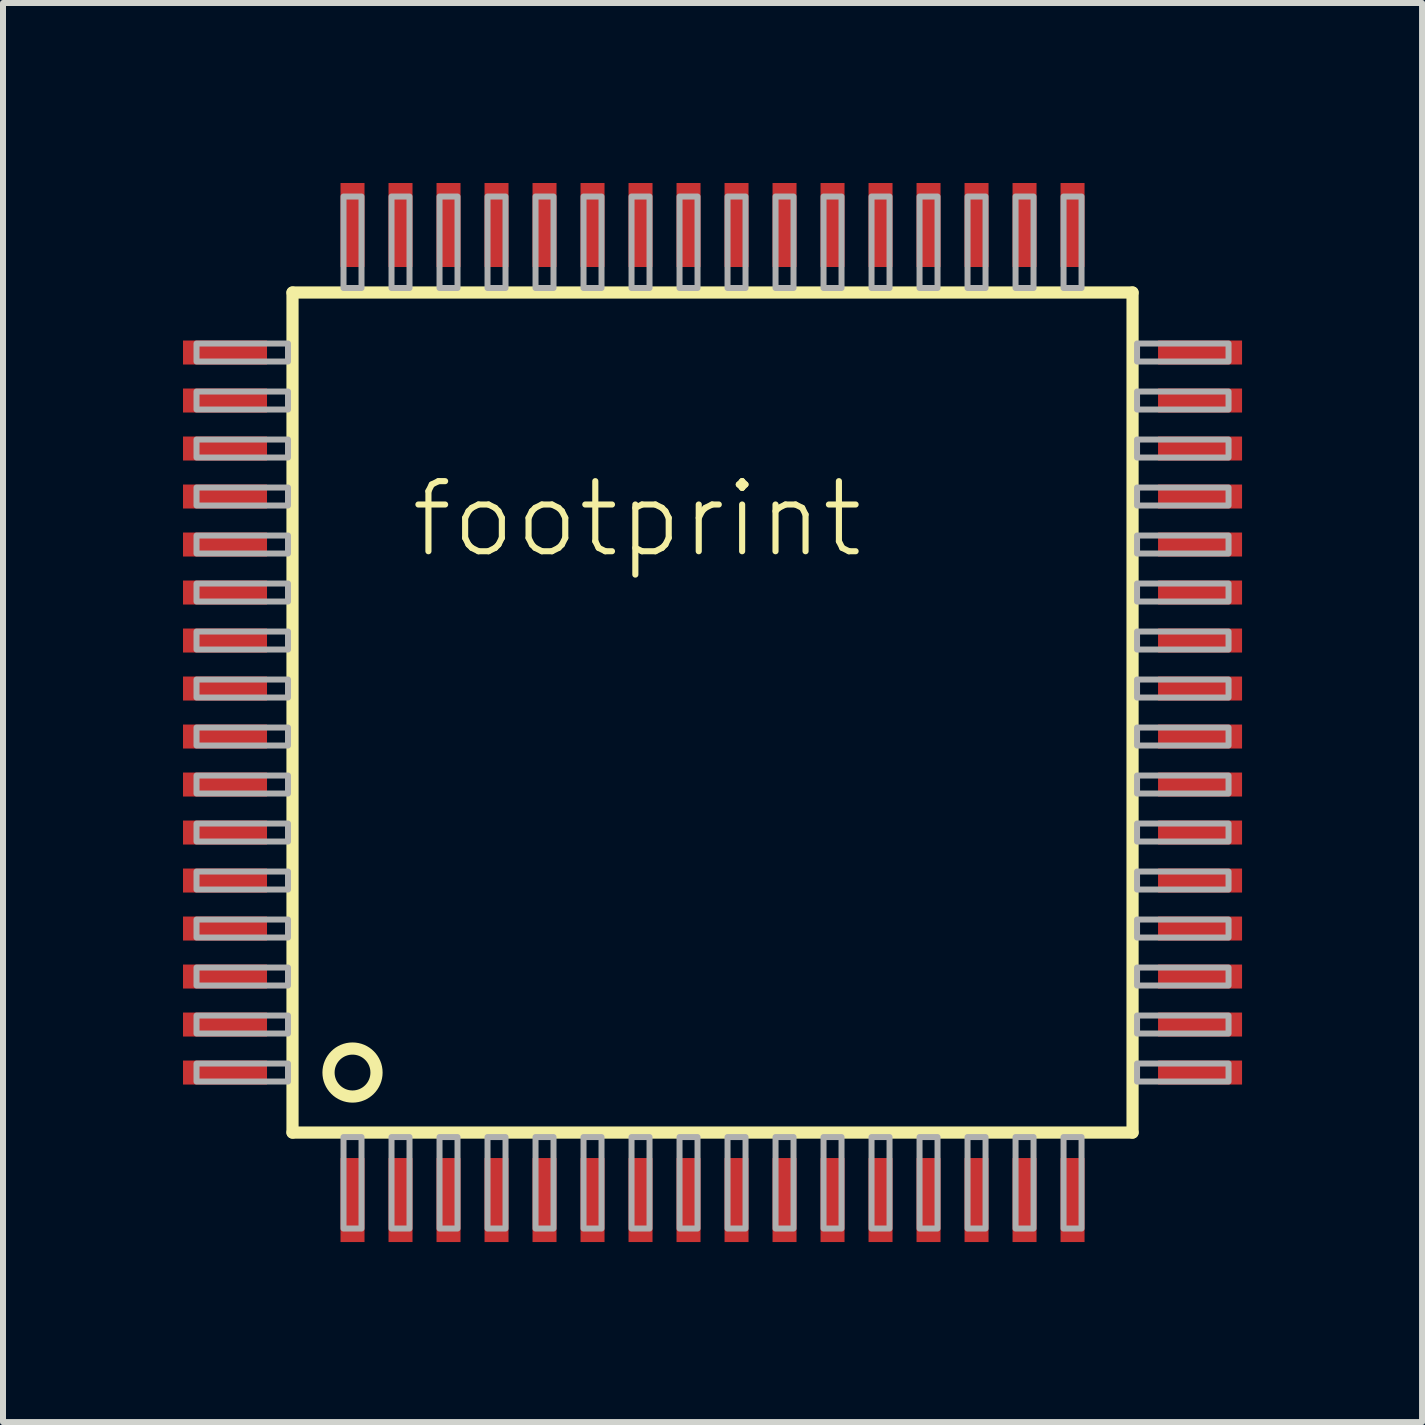
<source format=kicad_pcb>
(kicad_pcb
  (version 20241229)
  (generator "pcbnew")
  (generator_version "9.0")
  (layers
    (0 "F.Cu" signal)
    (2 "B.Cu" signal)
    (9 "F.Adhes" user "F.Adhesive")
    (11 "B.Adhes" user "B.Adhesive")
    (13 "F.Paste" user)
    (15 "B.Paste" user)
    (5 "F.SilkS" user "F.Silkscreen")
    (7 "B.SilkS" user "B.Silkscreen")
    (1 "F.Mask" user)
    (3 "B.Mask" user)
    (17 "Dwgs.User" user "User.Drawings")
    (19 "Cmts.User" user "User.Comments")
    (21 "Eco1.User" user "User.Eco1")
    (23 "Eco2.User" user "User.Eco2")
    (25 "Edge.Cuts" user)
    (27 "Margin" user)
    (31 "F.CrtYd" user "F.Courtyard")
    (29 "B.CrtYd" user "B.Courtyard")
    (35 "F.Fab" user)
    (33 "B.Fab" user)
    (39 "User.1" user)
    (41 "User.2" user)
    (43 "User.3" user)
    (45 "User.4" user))
  (footprint "footprint"
    (layer "F.Cu")
    (at 8.825 8.825)
    (property "Reference" "footprint" (at -5.08 -2.54 0) (layer "F.SilkS") (effects (font (size 1.168 1.168) (thickness 0.102)) (justify left bottom)))
    (fp_line (start -7 -7) (end 7 -7) (stroke (width 0.203) (type solid)) (layer "F.SilkS"))
    (fp_line (start -7 7) (end -7 -7) (stroke (width 0.203) (type solid)) (layer "F.SilkS"))
    (fp_line (start 7 -7) (end 7 7) (stroke (width 0.203) (type solid)) (layer "F.SilkS"))
    (fp_line (start 7 7) (end -7 7) (stroke (width 0.203) (type solid)) (layer "F.SilkS"))
    (fp_circle (center -6 6) (end -5.6 6) (stroke (width 0.203) (type solid)) (fill no) (layer "F.SilkS"))
    (fp_poly (pts (xy -8.6 -5.85) (xy -7.075 -5.85) (xy -7.075 -6.15) (xy -8.6 -6.15)) (stroke (width 0.1) (type solid)) (fill no) (layer "F.Fab"))
    (fp_poly (pts (xy -8.6 -5.05) (xy -7.075 -5.05) (xy -7.075 -5.35) (xy -8.6 -5.35)) (stroke (width 0.1) (type solid)) (fill no) (layer "F.Fab"))
    (fp_poly (pts (xy -8.6 -4.25) (xy -7.075 -4.25) (xy -7.075 -4.55) (xy -8.6 -4.55)) (stroke (width 0.1) (type solid)) (fill no) (layer "F.Fab"))
    (fp_poly (pts (xy -8.6 -3.45) (xy -7.075 -3.45) (xy -7.075 -3.75) (xy -8.6 -3.75)) (stroke (width 0.1) (type solid)) (fill no) (layer "F.Fab"))
    (fp_poly (pts (xy -8.6 -2.65) (xy -7.075 -2.65) (xy -7.075 -2.95) (xy -8.6 -2.95)) (stroke (width 0.1) (type solid)) (fill no) (layer "F.Fab"))
    (fp_poly (pts (xy -8.6 -1.85) (xy -7.075 -1.85) (xy -7.075 -2.15) (xy -8.6 -2.15)) (stroke (width 0.1) (type solid)) (fill no) (layer "F.Fab"))
    (fp_poly (pts (xy -8.6 -1.05) (xy -7.075 -1.05) (xy -7.075 -1.35) (xy -8.6 -1.35)) (stroke (width 0.1) (type solid)) (fill no) (layer "F.Fab"))
    (fp_poly (pts (xy -8.6 -0.25) (xy -7.075 -0.25) (xy -7.075 -0.55) (xy -8.6 -0.55)) (stroke (width 0.1) (type solid)) (fill no) (layer "F.Fab"))
    (fp_poly (pts (xy -8.6 0.55) (xy -7.075 0.55) (xy -7.075 0.25) (xy -8.6 0.25)) (stroke (width 0.1) (type solid)) (fill no) (layer "F.Fab"))
    (fp_poly (pts (xy -8.6 1.35) (xy -7.075 1.35) (xy -7.075 1.05) (xy -8.6 1.05)) (stroke (width 0.1) (type solid)) (fill no) (layer "F.Fab"))
    (fp_poly (pts (xy -8.6 2.15) (xy -7.075 2.15) (xy -7.075 1.85) (xy -8.6 1.85)) (stroke (width 0.1) (type solid)) (fill no) (layer "F.Fab"))
    (fp_poly (pts (xy -8.6 2.95) (xy -7.075 2.95) (xy -7.075 2.65) (xy -8.6 2.65)) (stroke (width 0.1) (type solid)) (fill no) (layer "F.Fab"))
    (fp_poly (pts (xy -8.6 3.75) (xy -7.075 3.75) (xy -7.075 3.45) (xy -8.6 3.45)) (stroke (width 0.1) (type solid)) (fill no) (layer "F.Fab"))
    (fp_poly (pts (xy -8.6 4.55) (xy -7.075 4.55) (xy -7.075 4.25) (xy -8.6 4.25)) (stroke (width 0.1) (type solid)) (fill no) (layer "F.Fab"))
    (fp_poly (pts (xy -8.6 5.35) (xy -7.075 5.35) (xy -7.075 5.05) (xy -8.6 5.05)) (stroke (width 0.1) (type solid)) (fill no) (layer "F.Fab"))
    (fp_poly (pts (xy -8.6 6.15) (xy -7.075 6.15) (xy -7.075 5.85) (xy -8.6 5.85)) (stroke (width 0.1) (type solid)) (fill no) (layer "F.Fab"))
    (fp_poly (pts (xy -6.15 -7.075) (xy -5.85 -7.075) (xy -5.85 -8.6) (xy -6.15 -8.6)) (stroke (width 0.1) (type solid)) (fill no) (layer "F.Fab"))
    (fp_poly (pts (xy -6.15 8.6) (xy -5.85 8.6) (xy -5.85 7.075) (xy -6.15 7.075)) (stroke (width 0.1) (type solid)) (fill no) (layer "F.Fab"))
    (fp_poly (pts (xy -5.35 -7.075) (xy -5.05 -7.075) (xy -5.05 -8.6) (xy -5.35 -8.6)) (stroke (width 0.1) (type solid)) (fill no) (layer "F.Fab"))
    (fp_poly (pts (xy -5.35 8.6) (xy -5.05 8.6) (xy -5.05 7.075) (xy -5.35 7.075)) (stroke (width 0.1) (type solid)) (fill no) (layer "F.Fab"))
    (fp_poly (pts (xy -4.55 -7.075) (xy -4.25 -7.075) (xy -4.25 -8.6) (xy -4.55 -8.6)) (stroke (width 0.1) (type solid)) (fill no) (layer "F.Fab"))
    (fp_poly (pts (xy -4.55 8.6) (xy -4.25 8.6) (xy -4.25 7.075) (xy -4.55 7.075)) (stroke (width 0.1) (type solid)) (fill no) (layer "F.Fab"))
    (fp_poly (pts (xy -3.75 -7.075) (xy -3.45 -7.075) (xy -3.45 -8.6) (xy -3.75 -8.6)) (stroke (width 0.1) (type solid)) (fill no) (layer "F.Fab"))
    (fp_poly (pts (xy -3.75 8.6) (xy -3.45 8.6) (xy -3.45 7.075) (xy -3.75 7.075)) (stroke (width 0.1) (type solid)) (fill no) (layer "F.Fab"))
    (fp_poly (pts (xy -2.95 -7.075) (xy -2.65 -7.075) (xy -2.65 -8.6) (xy -2.95 -8.6)) (stroke (width 0.1) (type solid)) (fill no) (layer "F.Fab"))
    (fp_poly (pts (xy -2.95 8.6) (xy -2.65 8.6) (xy -2.65 7.075) (xy -2.95 7.075)) (stroke (width 0.1) (type solid)) (fill no) (layer "F.Fab"))
    (fp_poly (pts (xy -2.15 -7.075) (xy -1.85 -7.075) (xy -1.85 -8.6) (xy -2.15 -8.6)) (stroke (width 0.1) (type solid)) (fill no) (layer "F.Fab"))
    (fp_poly (pts (xy -2.15 8.6) (xy -1.85 8.6) (xy -1.85 7.075) (xy -2.15 7.075)) (stroke (width 0.1) (type solid)) (fill no) (layer "F.Fab"))
    (fp_poly (pts (xy -1.35 -7.075) (xy -1.05 -7.075) (xy -1.05 -8.6) (xy -1.35 -8.6)) (stroke (width 0.1) (type solid)) (fill no) (layer "F.Fab"))
    (fp_poly (pts (xy -1.35 8.6) (xy -1.05 8.6) (xy -1.05 7.075) (xy -1.35 7.075)) (stroke (width 0.1) (type solid)) (fill no) (layer "F.Fab"))
    (fp_poly (pts (xy -0.55 -7.075) (xy -0.25 -7.075) (xy -0.25 -8.6) (xy -0.55 -8.6)) (stroke (width 0.1) (type solid)) (fill no) (layer "F.Fab"))
    (fp_poly (pts (xy -0.55 8.6) (xy -0.25 8.6) (xy -0.25 7.075) (xy -0.55 7.075)) (stroke (width 0.1) (type solid)) (fill no) (layer "F.Fab"))
    (fp_poly (pts (xy 0.25 -7.075) (xy 0.55 -7.075) (xy 0.55 -8.6) (xy 0.25 -8.6)) (stroke (width 0.1) (type solid)) (fill no) (layer "F.Fab"))
    (fp_poly (pts (xy 0.25 8.6) (xy 0.55 8.6) (xy 0.55 7.075) (xy 0.25 7.075)) (stroke (width 0.1) (type solid)) (fill no) (layer "F.Fab"))
    (fp_poly (pts (xy 1.05 -7.075) (xy 1.35 -7.075) (xy 1.35 -8.6) (xy 1.05 -8.6)) (stroke (width 0.1) (type solid)) (fill no) (layer "F.Fab"))
    (fp_poly (pts (xy 1.05 8.6) (xy 1.35 8.6) (xy 1.35 7.075) (xy 1.05 7.075)) (stroke (width 0.1) (type solid)) (fill no) (layer "F.Fab"))
    (fp_poly (pts (xy 1.85 -7.075) (xy 2.15 -7.075) (xy 2.15 -8.6) (xy 1.85 -8.6)) (stroke (width 0.1) (type solid)) (fill no) (layer "F.Fab"))
    (fp_poly (pts (xy 1.85 8.6) (xy 2.15 8.6) (xy 2.15 7.075) (xy 1.85 7.075)) (stroke (width 0.1) (type solid)) (fill no) (layer "F.Fab"))
    (fp_poly (pts (xy 2.65 -7.075) (xy 2.95 -7.075) (xy 2.95 -8.6) (xy 2.65 -8.6)) (stroke (width 0.1) (type solid)) (fill no) (layer "F.Fab"))
    (fp_poly (pts (xy 2.65 8.6) (xy 2.95 8.6) (xy 2.95 7.075) (xy 2.65 7.075)) (stroke (width 0.1) (type solid)) (fill no) (layer "F.Fab"))
    (fp_poly (pts (xy 3.45 -7.075) (xy 3.75 -7.075) (xy 3.75 -8.6) (xy 3.45 -8.6)) (stroke (width 0.1) (type solid)) (fill no) (layer "F.Fab"))
    (fp_poly (pts (xy 3.45 8.6) (xy 3.75 8.6) (xy 3.75 7.075) (xy 3.45 7.075)) (stroke (width 0.1) (type solid)) (fill no) (layer "F.Fab"))
    (fp_poly (pts (xy 4.25 -7.075) (xy 4.55 -7.075) (xy 4.55 -8.6) (xy 4.25 -8.6)) (stroke (width 0.1) (type solid)) (fill no) (layer "F.Fab"))
    (fp_poly (pts (xy 4.25 8.6) (xy 4.55 8.6) (xy 4.55 7.075) (xy 4.25 7.075)) (stroke (width 0.1) (type solid)) (fill no) (layer "F.Fab"))
    (fp_poly (pts (xy 5.05 -7.075) (xy 5.35 -7.075) (xy 5.35 -8.6) (xy 5.05 -8.6)) (stroke (width 0.1) (type solid)) (fill no) (layer "F.Fab"))
    (fp_poly (pts (xy 5.05 8.6) (xy 5.35 8.6) (xy 5.35 7.075) (xy 5.05 7.075)) (stroke (width 0.1) (type solid)) (fill no) (layer "F.Fab"))
    (fp_poly (pts (xy 5.85 -7.075) (xy 6.15 -7.075) (xy 6.15 -8.6) (xy 5.85 -8.6)) (stroke (width 0.1) (type solid)) (fill no) (layer "F.Fab"))
    (fp_poly (pts (xy 5.85 8.6) (xy 6.15 8.6) (xy 6.15 7.075) (xy 5.85 7.075)) (stroke (width 0.1) (type solid)) (fill no) (layer "F.Fab"))
    (fp_poly (pts (xy 7.075 -5.85) (xy 8.6 -5.85) (xy 8.6 -6.15) (xy 7.075 -6.15)) (stroke (width 0.1) (type solid)) (fill no) (layer "F.Fab"))
    (fp_poly (pts (xy 7.075 -5.05) (xy 8.6 -5.05) (xy 8.6 -5.35) (xy 7.075 -5.35)) (stroke (width 0.1) (type solid)) (fill no) (layer "F.Fab"))
    (fp_poly (pts (xy 7.075 -4.25) (xy 8.6 -4.25) (xy 8.6 -4.55) (xy 7.075 -4.55)) (stroke (width 0.1) (type solid)) (fill no) (layer "F.Fab"))
    (fp_poly (pts (xy 7.075 -3.45) (xy 8.6 -3.45) (xy 8.6 -3.75) (xy 7.075 -3.75)) (stroke (width 0.1) (type solid)) (fill no) (layer "F.Fab"))
    (fp_poly (pts (xy 7.075 -2.65) (xy 8.6 -2.65) (xy 8.6 -2.95) (xy 7.075 -2.95)) (stroke (width 0.1) (type solid)) (fill no) (layer "F.Fab"))
    (fp_poly (pts (xy 7.075 -1.85) (xy 8.6 -1.85) (xy 8.6 -2.15) (xy 7.075 -2.15)) (stroke (width 0.1) (type solid)) (fill no) (layer "F.Fab"))
    (fp_poly (pts (xy 7.075 -1.05) (xy 8.6 -1.05) (xy 8.6 -1.35) (xy 7.075 -1.35)) (stroke (width 0.1) (type solid)) (fill no) (layer "F.Fab"))
    (fp_poly (pts (xy 7.075 -0.25) (xy 8.6 -0.25) (xy 8.6 -0.55) (xy 7.075 -0.55)) (stroke (width 0.1) (type solid)) (fill no) (layer "F.Fab"))
    (fp_poly (pts (xy 7.075 0.55) (xy 8.6 0.55) (xy 8.6 0.25) (xy 7.075 0.25)) (stroke (width 0.1) (type solid)) (fill no) (layer "F.Fab"))
    (fp_poly (pts (xy 7.075 1.35) (xy 8.6 1.35) (xy 8.6 1.05) (xy 7.075 1.05)) (stroke (width 0.1) (type solid)) (fill no) (layer "F.Fab"))
    (fp_poly (pts (xy 7.075 2.15) (xy 8.6 2.15) (xy 8.6 1.85) (xy 7.075 1.85)) (stroke (width 0.1) (type solid)) (fill no) (layer "F.Fab"))
    (fp_poly (pts (xy 7.075 2.95) (xy 8.6 2.95) (xy 8.6 2.65) (xy 7.075 2.65)) (stroke (width 0.1) (type solid)) (fill no) (layer "F.Fab"))
    (fp_poly (pts (xy 7.075 3.75) (xy 8.6 3.75) (xy 8.6 3.45) (xy 7.075 3.45)) (stroke (width 0.1) (type solid)) (fill no) (layer "F.Fab"))
    (fp_poly (pts (xy 7.075 4.55) (xy 8.6 4.55) (xy 8.6 4.25) (xy 7.075 4.25)) (stroke (width 0.1) (type solid)) (fill no) (layer "F.Fab"))
    (fp_poly (pts (xy 7.075 5.35) (xy 8.6 5.35) (xy 8.6 5.05) (xy 7.075 5.05)) (stroke (width 0.1) (type solid)) (fill no) (layer "F.Fab"))
    (fp_poly (pts (xy 7.075 6.15) (xy 8.6 6.15) (xy 8.6 5.85) (xy 7.075 5.85)) (stroke (width 0.1) (type solid)) (fill no) (layer "F.Fab"))
    (pad "1" smd rect (at -6 8.125) (size 0.4 1.4) (layers "F.Cu" "F.Mask" "F.Paste"))
    (pad "2" smd rect (at -5.2 8.125) (size 0.4 1.4) (layers "F.Cu" "F.Mask" "F.Paste"))
    (pad "3" smd rect (at -4.4 8.125) (size 0.4 1.4) (layers "F.Cu" "F.Mask" "F.Paste"))
    (pad "4" smd rect (at -3.6 8.125) (size 0.4 1.4) (layers "F.Cu" "F.Mask" "F.Paste"))
    (pad "5" smd rect (at -2.8 8.125) (size 0.4 1.4) (layers "F.Cu" "F.Mask" "F.Paste"))
    (pad "6" smd rect (at -2 8.125) (size 0.4 1.4) (layers "F.Cu" "F.Mask" "F.Paste"))
    (pad "7" smd rect (at -1.2 8.125) (size 0.4 1.4) (layers "F.Cu" "F.Mask" "F.Paste"))
    (pad "8" smd rect (at -0.4 8.125) (size 0.4 1.4) (layers "F.Cu" "F.Mask" "F.Paste"))
    (pad "9" smd rect (at 0.4 8.125) (size 0.4 1.4) (layers "F.Cu" "F.Mask" "F.Paste"))
    (pad "10" smd rect (at 1.2 8.125) (size 0.4 1.4) (layers "F.Cu" "F.Mask" "F.Paste"))
    (pad "11" smd rect (at 2 8.125) (size 0.4 1.4) (layers "F.Cu" "F.Mask" "F.Paste"))
    (pad "12" smd rect (at 2.8 8.125) (size 0.4 1.4) (layers "F.Cu" "F.Mask" "F.Paste"))
    (pad "13" smd rect (at 3.6 8.125) (size 0.4 1.4) (layers "F.Cu" "F.Mask" "F.Paste"))
    (pad "14" smd rect (at 4.4 8.125) (size 0.4 1.4) (layers "F.Cu" "F.Mask" "F.Paste"))
    (pad "15" smd rect (at 5.2 8.125) (size 0.4 1.4) (layers "F.Cu" "F.Mask" "F.Paste"))
    (pad "16" smd rect (at 6 8.125) (size 0.4 1.4) (layers "F.Cu" "F.Mask" "F.Paste"))
    (pad "17" smd rect (at 8.125 6) (size 1.4 0.4) (layers "F.Cu" "F.Mask" "F.Paste"))
    (pad "18" smd rect (at 8.125 5.2) (size 1.4 0.4) (layers "F.Cu" "F.Mask" "F.Paste"))
    (pad "19" smd rect (at 8.125 4.4) (size 1.4 0.4) (layers "F.Cu" "F.Mask" "F.Paste"))
    (pad "20" smd rect (at 8.125 3.6) (size 1.4 0.4) (layers "F.Cu" "F.Mask" "F.Paste"))
    (pad "21" smd rect (at 8.125 2.8) (size 1.4 0.4) (layers "F.Cu" "F.Mask" "F.Paste"))
    (pad "22" smd rect (at 8.125 2) (size 1.4 0.4) (layers "F.Cu" "F.Mask" "F.Paste"))
    (pad "23" smd rect (at 8.125 1.2) (size 1.4 0.4) (layers "F.Cu" "F.Mask" "F.Paste"))
    (pad "24" smd rect (at 8.125 0.4) (size 1.4 0.4) (layers "F.Cu" "F.Mask" "F.Paste"))
    (pad "25" smd rect (at 8.125 -0.4) (size 1.4 0.4) (layers "F.Cu" "F.Mask" "F.Paste"))
    (pad "26" smd rect (at 8.125 -1.2) (size 1.4 0.4) (layers "F.Cu" "F.Mask" "F.Paste"))
    (pad "27" smd rect (at 8.125 -2) (size 1.4 0.4) (layers "F.Cu" "F.Mask" "F.Paste"))
    (pad "28" smd rect (at 8.125 -2.8) (size 1.4 0.4) (layers "F.Cu" "F.Mask" "F.Paste"))
    (pad "29" smd rect (at 8.125 -3.6) (size 1.4 0.4) (layers "F.Cu" "F.Mask" "F.Paste"))
    (pad "30" smd rect (at 8.125 -4.4) (size 1.4 0.4) (layers "F.Cu" "F.Mask" "F.Paste"))
    (pad "31" smd rect (at 8.125 -5.2) (size 1.4 0.4) (layers "F.Cu" "F.Mask" "F.Paste"))
    (pad "32" smd rect (at 8.125 -6) (size 1.4 0.4) (layers "F.Cu" "F.Mask" "F.Paste"))
    (pad "33" smd rect (at 6 -8.125) (size 0.4 1.4) (layers "F.Cu" "F.Mask" "F.Paste"))
    (pad "34" smd rect (at 5.2 -8.125) (size 0.4 1.4) (layers "F.Cu" "F.Mask" "F.Paste"))
    (pad "35" smd rect (at 4.4 -8.125) (size 0.4 1.4) (layers "F.Cu" "F.Mask" "F.Paste"))
    (pad "36" smd rect (at 3.6 -8.125) (size 0.4 1.4) (layers "F.Cu" "F.Mask" "F.Paste"))
    (pad "37" smd rect (at 2.8 -8.125) (size 0.4 1.4) (layers "F.Cu" "F.Mask" "F.Paste"))
    (pad "38" smd rect (at 2 -8.125) (size 0.4 1.4) (layers "F.Cu" "F.Mask" "F.Paste"))
    (pad "39" smd rect (at 1.2 -8.125) (size 0.4 1.4) (layers "F.Cu" "F.Mask" "F.Paste"))
    (pad "40" smd rect (at 0.4 -8.125) (size 0.4 1.4) (layers "F.Cu" "F.Mask" "F.Paste"))
    (pad "41" smd rect (at -0.4 -8.125) (size 0.4 1.4) (layers "F.Cu" "F.Mask" "F.Paste"))
    (pad "42" smd rect (at -1.2 -8.125) (size 0.4 1.4) (layers "F.Cu" "F.Mask" "F.Paste"))
    (pad "43" smd rect (at -2 -8.125) (size 0.4 1.4) (layers "F.Cu" "F.Mask" "F.Paste"))
    (pad "44" smd rect (at -2.8 -8.125) (size 0.4 1.4) (layers "F.Cu" "F.Mask" "F.Paste"))
    (pad "45" smd rect (at -3.6 -8.125) (size 0.4 1.4) (layers "F.Cu" "F.Mask" "F.Paste"))
    (pad "46" smd rect (at -4.4 -8.125) (size 0.4 1.4) (layers "F.Cu" "F.Mask" "F.Paste"))
    (pad "47" smd rect (at -5.2 -8.125) (size 0.4 1.4) (layers "F.Cu" "F.Mask" "F.Paste"))
    (pad "48" smd rect (at -6 -8.125) (size 0.4 1.4) (layers "F.Cu" "F.Mask" "F.Paste"))
    (pad "49" smd rect (at -8.125 -6) (size 1.4 0.4) (layers "F.Cu" "F.Mask" "F.Paste"))
    (pad "50" smd rect (at -8.125 -5.2) (size 1.4 0.4) (layers "F.Cu" "F.Mask" "F.Paste"))
    (pad "51" smd rect (at -8.125 -4.4) (size 1.4 0.4) (layers "F.Cu" "F.Mask" "F.Paste"))
    (pad "52" smd rect (at -8.125 -3.6) (size 1.4 0.4) (layers "F.Cu" "F.Mask" "F.Paste"))
    (pad "53" smd rect (at -8.125 -2.8) (size 1.4 0.4) (layers "F.Cu" "F.Mask" "F.Paste"))
    (pad "54" smd rect (at -8.125 -2) (size 1.4 0.4) (layers "F.Cu" "F.Mask" "F.Paste"))
    (pad "55" smd rect (at -8.125 -1.2) (size 1.4 0.4) (layers "F.Cu" "F.Mask" "F.Paste"))
    (pad "56" smd rect (at -8.125 -0.4) (size 1.4 0.4) (layers "F.Cu" "F.Mask" "F.Paste"))
    (pad "57" smd rect (at -8.125 0.4) (size 1.4 0.4) (layers "F.Cu" "F.Mask" "F.Paste"))
    (pad "58" smd rect (at -8.125 1.2) (size 1.4 0.4) (layers "F.Cu" "F.Mask" "F.Paste"))
    (pad "59" smd rect (at -8.125 2) (size 1.4 0.4) (layers "F.Cu" "F.Mask" "F.Paste"))
    (pad "60" smd rect (at -8.125 2.8) (size 1.4 0.4) (layers "F.Cu" "F.Mask" "F.Paste"))
    (pad "61" smd rect (at -8.125 3.6) (size 1.4 0.4) (layers "F.Cu" "F.Mask" "F.Paste"))
    (pad "62" smd rect (at -8.125 4.4) (size 1.4 0.4) (layers "F.Cu" "F.Mask" "F.Paste"))
    (pad "63" smd rect (at -8.125 5.2) (size 1.4 0.4) (layers "F.Cu" "F.Mask" "F.Paste"))
    (pad "64" smd rect (at -8.125 6) (size 1.4 0.4) (layers "F.Cu" "F.Mask" "F.Paste")))
  (gr_rect
    (start -3 -3)
    (end 20.65 20.65)
    (stroke (width 0.1) (type default))
    (fill no)
    (layer "Edge.Cuts")))
</source>
